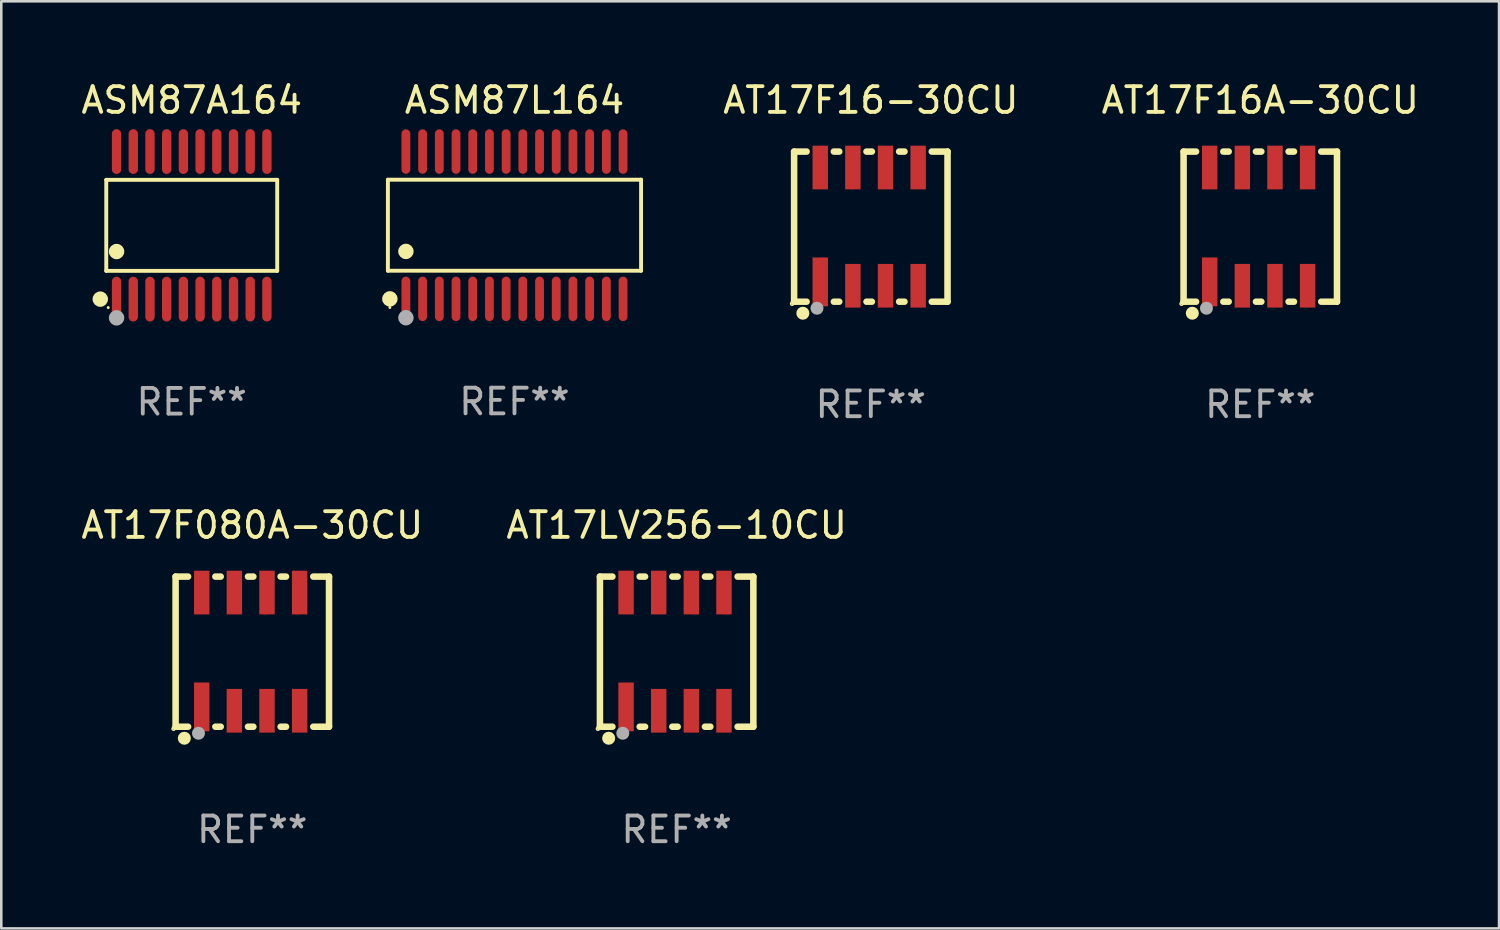
<source format=kicad_pcb>
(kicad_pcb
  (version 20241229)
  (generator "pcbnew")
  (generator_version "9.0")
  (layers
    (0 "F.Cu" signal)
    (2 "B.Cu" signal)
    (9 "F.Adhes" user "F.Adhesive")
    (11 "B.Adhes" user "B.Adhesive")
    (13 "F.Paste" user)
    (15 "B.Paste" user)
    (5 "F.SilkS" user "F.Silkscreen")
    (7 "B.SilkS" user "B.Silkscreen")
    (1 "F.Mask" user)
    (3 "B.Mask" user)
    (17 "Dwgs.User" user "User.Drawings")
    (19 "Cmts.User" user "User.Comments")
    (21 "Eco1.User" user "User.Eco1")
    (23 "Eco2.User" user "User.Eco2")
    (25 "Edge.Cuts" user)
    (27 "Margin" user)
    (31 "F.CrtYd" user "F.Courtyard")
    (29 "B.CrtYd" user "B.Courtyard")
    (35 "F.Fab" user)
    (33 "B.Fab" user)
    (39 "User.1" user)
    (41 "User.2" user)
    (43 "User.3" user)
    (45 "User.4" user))
  (footprint "AT17F16A-30CU"
    (layer "F.Cu")
    (at 45.991 5.769)
    (property "Reference" "AT17F16A-30CU" (at 0 -4.921 0) (layer "F.SilkS") (effects (font (size 1 1) (thickness 0.15))))
    (attr through_hole)
    (fp_line (start -2.985 -2.921) (end -2.985 2.921) (stroke (width 0.254) (type solid)) (layer "F.SilkS"))
    (fp_line (start -2.985 2.921) (end -2.499 2.921) (stroke (width 0.254) (type solid)) (layer "F.SilkS"))
    (fp_line (start -2.499 -2.921) (end -2.985 -2.921) (stroke (width 0.254) (type solid)) (layer "F.SilkS"))
    (fp_line (start -1.438 2.921) (end -1.229 2.921) (stroke (width 0.254) (type solid)) (layer "F.SilkS"))
    (fp_line (start -1.229 -2.921) (end -1.438 -2.921) (stroke (width 0.254) (type solid)) (layer "F.SilkS"))
    (fp_line (start -0.168 2.921) (end 0.041 2.921) (stroke (width 0.254) (type solid)) (layer "F.SilkS"))
    (fp_line (start 0.041 -2.921) (end -0.168 -2.921) (stroke (width 0.254) (type solid)) (layer "F.SilkS"))
    (fp_line (start 1.102 2.921) (end 1.311 2.921) (stroke (width 0.254) (type solid)) (layer "F.SilkS"))
    (fp_line (start 1.311 -2.921) (end 1.102 -2.921) (stroke (width 0.254) (type solid)) (layer "F.SilkS"))
    (fp_line (start 2.372 2.921) (end 2.985 2.921) (stroke (width 0.254) (type solid)) (layer "F.SilkS"))
    (fp_line (start 2.985 -2.921) (end 2.372 -2.921) (stroke (width 0.254) (type solid)) (layer "F.SilkS"))
    (fp_line (start 2.985 2.921) (end 2.985 -2.921) (stroke (width 0.254) (type solid)) (layer "F.SilkS"))
    (fp_circle (center -3.063 3) (end -3.034 3) (stroke (width 0.06) (type solid)) (fill no) (layer "F.SilkS"))
    (fp_circle (center -2.645 3.369) (end -2.518 3.369) (stroke (width 0.254) (type solid)) (fill no) (layer "F.SilkS"))
    (fp_circle (center -2.095 3.175) (end -1.968 3.175) (stroke (width 0.254) (type solid)) (fill no) (layer "F.Fab"))
    (fp_text user "REF**" (at 0 6.921 0) (layer "F.Fab") (effects (font (size 1 1) (thickness 0.15))))
    (pad "1" smd rect (at -1.968 2.15 90) (size 1.9 0.6) (layers "F.Cu" "F.Mask" "F.Paste"))
    (pad "2" smd rect (at -0.698 2.3 90) (size 1.7 0.6) (layers "F.Cu" "F.Mask" "F.Paste"))
    (pad "3" smd rect (at 0.572 2.3 90) (size 1.7 0.6) (layers "F.Cu" "F.Mask" "F.Paste"))
    (pad "4" smd rect (at 1.842 2.3 90) (size 1.7 0.6) (layers "F.Cu" "F.Mask" "F.Paste"))
    (pad "5" smd rect (at 1.842 -2.3 90) (size 1.7 0.6) (layers "F.Cu" "F.Mask" "F.Paste"))
    (pad "6" smd rect (at 0.572 -2.3 90) (size 1.7 0.6) (layers "F.Cu" "F.Mask" "F.Paste"))
    (pad "7" smd rect (at -0.698 -2.3 90) (size 1.7 0.6) (layers "F.Cu" "F.Mask" "F.Paste"))
    (pad "8" smd rect (at -1.968 -2.3 90) (size 1.7 0.6) (layers "F.Cu" "F.Mask" "F.Paste")))
  (footprint "AT17F16-30CU"
    (layer "F.Cu")
    (at 30.836 5.769)
    (property "Reference" "AT17F16-30CU" (at 0 -4.921 0) (layer "F.SilkS") (effects (font (size 1 1) (thickness 0.15))))
    (attr through_hole)
    (fp_line (start -2.985 -2.921) (end -2.985 2.921) (stroke (width 0.254) (type solid)) (layer "F.SilkS"))
    (fp_line (start -2.985 2.921) (end -2.499 2.921) (stroke (width 0.254) (type solid)) (layer "F.SilkS"))
    (fp_line (start -2.499 -2.921) (end -2.985 -2.921) (stroke (width 0.254) (type solid)) (layer "F.SilkS"))
    (fp_line (start -1.438 2.921) (end -1.229 2.921) (stroke (width 0.254) (type solid)) (layer "F.SilkS"))
    (fp_line (start -1.229 -2.921) (end -1.438 -2.921) (stroke (width 0.254) (type solid)) (layer "F.SilkS"))
    (fp_line (start -0.168 2.921) (end 0.041 2.921) (stroke (width 0.254) (type solid)) (layer "F.SilkS"))
    (fp_line (start 0.041 -2.921) (end -0.168 -2.921) (stroke (width 0.254) (type solid)) (layer "F.SilkS"))
    (fp_line (start 1.102 2.921) (end 1.311 2.921) (stroke (width 0.254) (type solid)) (layer "F.SilkS"))
    (fp_line (start 1.311 -2.921) (end 1.102 -2.921) (stroke (width 0.254) (type solid)) (layer "F.SilkS"))
    (fp_line (start 2.372 2.921) (end 2.985 2.921) (stroke (width 0.254) (type solid)) (layer "F.SilkS"))
    (fp_line (start 2.985 -2.921) (end 2.372 -2.921) (stroke (width 0.254) (type solid)) (layer "F.SilkS"))
    (fp_line (start 2.985 2.921) (end 2.985 -2.921) (stroke (width 0.254) (type solid)) (layer "F.SilkS"))
    (fp_circle (center -3.063 3) (end -3.034 3) (stroke (width 0.06) (type solid)) (fill no) (layer "F.SilkS"))
    (fp_circle (center -2.645 3.369) (end -2.518 3.369) (stroke (width 0.254) (type solid)) (fill no) (layer "F.SilkS"))
    (fp_circle (center -2.095 3.175) (end -1.968 3.175) (stroke (width 0.254) (type solid)) (fill no) (layer "F.Fab"))
    (fp_text user "REF**" (at 0 6.921 0) (layer "F.Fab") (effects (font (size 1 1) (thickness 0.15))))
    (pad "1" smd rect (at -1.968 2.15 90) (size 1.9 0.6) (layers "F.Cu" "F.Mask" "F.Paste"))
    (pad "2" smd rect (at -0.698 2.3 90) (size 1.7 0.6) (layers "F.Cu" "F.Mask" "F.Paste"))
    (pad "3" smd rect (at 0.572 2.3 90) (size 1.7 0.6) (layers "F.Cu" "F.Mask" "F.Paste"))
    (pad "4" smd rect (at 1.842 2.3 90) (size 1.7 0.6) (layers "F.Cu" "F.Mask" "F.Paste"))
    (pad "5" smd rect (at 1.842 -2.3 90) (size 1.7 0.6) (layers "F.Cu" "F.Mask" "F.Paste"))
    (pad "6" smd rect (at 0.572 -2.3 90) (size 1.7 0.6) (layers "F.Cu" "F.Mask" "F.Paste"))
    (pad "7" smd rect (at -0.698 -2.3 90) (size 1.7 0.6) (layers "F.Cu" "F.Mask" "F.Paste"))
    (pad "8" smd rect (at -1.968 -2.3 90) (size 1.7 0.6) (layers "F.Cu" "F.Mask" "F.Paste")))
  (footprint "ASM87L164"
    (layer "F.Cu")
    (at 16.97 5.714)
    (property "Reference" "ASM87L164" (at 0 -4.866 0) (layer "F.SilkS") (effects (font (size 1 1) (thickness 0.15))))
    (attr through_hole)
    (fp_line (start -4.926 -1.772) (end 4.926 -1.772) (stroke (width 0.152) (type solid)) (layer "F.SilkS"))
    (fp_line (start -4.926 1.771) (end -4.926 -1.772) (stroke (width 0.152) (type solid)) (layer "F.SilkS"))
    (fp_line (start 4.926 -1.772) (end 4.926 1.771) (stroke (width 0.152) (type solid)) (layer "F.SilkS"))
    (fp_line (start 4.926 1.771) (end -4.926 1.771) (stroke (width 0.152) (type solid)) (layer "F.SilkS"))
    (fp_circle (center -4.85 3.2) (end -4.82 3.2) (stroke (width 0.06) (type solid)) (fill no) (layer "F.SilkS"))
    (fp_circle (center -4.849 2.866) (end -4.699 2.866) (stroke (width 0.3) (type solid)) (fill no) (layer "F.SilkS"))
    (fp_circle (center -4.225 1.019) (end -4.075 1.019) (stroke (width 0.3) (type solid)) (fill no) (layer "F.SilkS"))
    (fp_circle (center -4.225 3.6) (end -4.075 3.6) (stroke (width 0.3) (type solid)) (fill no) (layer "F.Fab"))
    (fp_text user "REF**" (at 0 6.866 0) (layer "F.Fab") (effects (font (size 1 1) (thickness 0.15))))
    (pad "1" smd oval (at -4.225 2.866) (size 0.343 1.731) (layers "F.Cu" "F.Mask" "F.Paste"))
    (pad "2" smd oval (at -3.575 2.866) (size 0.343 1.731) (layers "F.Cu" "F.Mask" "F.Paste"))
    (pad "3" smd oval (at -2.925 2.866) (size 0.343 1.731) (layers "F.Cu" "F.Mask" "F.Paste"))
    (pad "4" smd oval (at -2.275 2.866) (size 0.343 1.731) (layers "F.Cu" "F.Mask" "F.Paste"))
    (pad "5" smd oval (at -1.625 2.866) (size 0.343 1.731) (layers "F.Cu" "F.Mask" "F.Paste"))
    (pad "6" smd oval (at -0.975 2.866) (size 0.343 1.731) (layers "F.Cu" "F.Mask" "F.Paste"))
    (pad "7" smd oval (at -0.325 2.866) (size 0.343 1.731) (layers "F.Cu" "F.Mask" "F.Paste"))
    (pad "8" smd oval (at 0.325 2.866) (size 0.343 1.731) (layers "F.Cu" "F.Mask" "F.Paste"))
    (pad "9" smd oval (at 0.975 2.866) (size 0.343 1.731) (layers "F.Cu" "F.Mask" "F.Paste"))
    (pad "10" smd oval (at 1.625 2.866) (size 0.343 1.731) (layers "F.Cu" "F.Mask" "F.Paste"))
    (pad "11" smd oval (at 2.275 2.866) (size 0.343 1.731) (layers "F.Cu" "F.Mask" "F.Paste"))
    (pad "12" smd oval (at 2.925 2.866) (size 0.343 1.731) (layers "F.Cu" "F.Mask" "F.Paste"))
    (pad "13" smd oval (at 3.575 2.866) (size 0.343 1.731) (layers "F.Cu" "F.Mask" "F.Paste"))
    (pad "14" smd oval (at 4.225 2.866) (size 0.343 1.731) (layers "F.Cu" "F.Mask" "F.Paste"))
    (pad "15" smd oval (at 4.225 -2.866) (size 0.343 1.731) (layers "F.Cu" "F.Mask" "F.Paste"))
    (pad "16" smd oval (at 3.575 -2.866) (size 0.343 1.731) (layers "F.Cu" "F.Mask" "F.Paste"))
    (pad "17" smd oval (at 2.925 -2.866) (size 0.343 1.731) (layers "F.Cu" "F.Mask" "F.Paste"))
    (pad "18" smd oval (at 2.275 -2.866) (size 0.343 1.731) (layers "F.Cu" "F.Mask" "F.Paste"))
    (pad "19" smd oval (at 1.625 -2.866) (size 0.343 1.731) (layers "F.Cu" "F.Mask" "F.Paste"))
    (pad "20" smd oval (at 0.975 -2.866) (size 0.343 1.731) (layers "F.Cu" "F.Mask" "F.Paste"))
    (pad "21" smd oval (at 0.325 -2.866) (size 0.343 1.731) (layers "F.Cu" "F.Mask" "F.Paste"))
    (pad "22" smd oval (at -0.325 -2.866) (size 0.343 1.731) (layers "F.Cu" "F.Mask" "F.Paste"))
    (pad "23" smd oval (at -0.975 -2.866) (size 0.343 1.731) (layers "F.Cu" "F.Mask" "F.Paste"))
    (pad "24" smd oval (at -1.625 -2.866) (size 0.343 1.731) (layers "F.Cu" "F.Mask" "F.Paste"))
    (pad "25" smd oval (at -2.275 -2.866) (size 0.343 1.731) (layers "F.Cu" "F.Mask" "F.Paste"))
    (pad "26" smd oval (at -2.925 -2.866) (size 0.343 1.731) (layers "F.Cu" "F.Mask" "F.Paste"))
    (pad "27" smd oval (at -3.575 -2.866) (size 0.343 1.731) (layers "F.Cu" "F.Mask" "F.Paste"))
    (pad "28" smd oval (at -4.225 -2.866) (size 0.343 1.731) (layers "F.Cu" "F.Mask" "F.Paste")))
  (footprint "AT17F080A-30CU"
    (layer "F.Cu")
    (at 6.768 22.308)
    (property "Reference" "AT17F080A-30CU" (at 0 -4.921 0) (layer "F.SilkS") (effects (font (size 1 1) (thickness 0.15))))
    (attr through_hole)
    (fp_line (start -2.985 -2.921) (end -2.985 2.921) (stroke (width 0.254) (type solid)) (layer "F.SilkS"))
    (fp_line (start -2.985 2.921) (end -2.499 2.921) (stroke (width 0.254) (type solid)) (layer "F.SilkS"))
    (fp_line (start -2.499 -2.921) (end -2.985 -2.921) (stroke (width 0.254) (type solid)) (layer "F.SilkS"))
    (fp_line (start -1.438 2.921) (end -1.229 2.921) (stroke (width 0.254) (type solid)) (layer "F.SilkS"))
    (fp_line (start -1.229 -2.921) (end -1.438 -2.921) (stroke (width 0.254) (type solid)) (layer "F.SilkS"))
    (fp_line (start -0.168 2.921) (end 0.041 2.921) (stroke (width 0.254) (type solid)) (layer "F.SilkS"))
    (fp_line (start 0.041 -2.921) (end -0.168 -2.921) (stroke (width 0.254) (type solid)) (layer "F.SilkS"))
    (fp_line (start 1.102 2.921) (end 1.311 2.921) (stroke (width 0.254) (type solid)) (layer "F.SilkS"))
    (fp_line (start 1.311 -2.921) (end 1.102 -2.921) (stroke (width 0.254) (type solid)) (layer "F.SilkS"))
    (fp_line (start 2.372 2.921) (end 2.985 2.921) (stroke (width 0.254) (type solid)) (layer "F.SilkS"))
    (fp_line (start 2.985 -2.921) (end 2.372 -2.921) (stroke (width 0.254) (type solid)) (layer "F.SilkS"))
    (fp_line (start 2.985 2.921) (end 2.985 -2.921) (stroke (width 0.254) (type solid)) (layer "F.SilkS"))
    (fp_circle (center -3.063 3) (end -3.034 3) (stroke (width 0.06) (type solid)) (fill no) (layer "F.SilkS"))
    (fp_circle (center -2.645 3.369) (end -2.518 3.369) (stroke (width 0.254) (type solid)) (fill no) (layer "F.SilkS"))
    (fp_circle (center -2.095 3.175) (end -1.968 3.175) (stroke (width 0.254) (type solid)) (fill no) (layer "F.Fab"))
    (fp_text user "REF**" (at 0 6.921 0) (layer "F.Fab") (effects (font (size 1 1) (thickness 0.15))))
    (pad "1" smd rect (at -1.968 2.15 90) (size 1.9 0.6) (layers "F.Cu" "F.Mask" "F.Paste"))
    (pad "2" smd rect (at -0.698 2.3 90) (size 1.7 0.6) (layers "F.Cu" "F.Mask" "F.Paste"))
    (pad "3" smd rect (at 0.572 2.3 90) (size 1.7 0.6) (layers "F.Cu" "F.Mask" "F.Paste"))
    (pad "4" smd rect (at 1.842 2.3 90) (size 1.7 0.6) (layers "F.Cu" "F.Mask" "F.Paste"))
    (pad "5" smd rect (at 1.842 -2.3 90) (size 1.7 0.6) (layers "F.Cu" "F.Mask" "F.Paste"))
    (pad "6" smd rect (at 0.572 -2.3 90) (size 1.7 0.6) (layers "F.Cu" "F.Mask" "F.Paste"))
    (pad "7" smd rect (at -0.698 -2.3 90) (size 1.7 0.6) (layers "F.Cu" "F.Mask" "F.Paste"))
    (pad "8" smd rect (at -1.968 -2.3 90) (size 1.7 0.6) (layers "F.Cu" "F.Mask" "F.Paste")))
  (footprint "AT17LV256-10CU"
    (layer "F.Cu")
    (at 23.28 22.308)
    (property "Reference" "AT17LV256-10CU" (at 0 -4.921 0) (layer "F.SilkS") (effects (font (size 1 1) (thickness 0.15))))
    (attr through_hole)
    (fp_line (start -2.985 -2.921) (end -2.985 2.921) (stroke (width 0.254) (type solid)) (layer "F.SilkS"))
    (fp_line (start -2.985 2.921) (end -2.499 2.921) (stroke (width 0.254) (type solid)) (layer "F.SilkS"))
    (fp_line (start -2.499 -2.921) (end -2.985 -2.921) (stroke (width 0.254) (type solid)) (layer "F.SilkS"))
    (fp_line (start -1.438 2.921) (end -1.229 2.921) (stroke (width 0.254) (type solid)) (layer "F.SilkS"))
    (fp_line (start -1.229 -2.921) (end -1.438 -2.921) (stroke (width 0.254) (type solid)) (layer "F.SilkS"))
    (fp_line (start -0.168 2.921) (end 0.041 2.921) (stroke (width 0.254) (type solid)) (layer "F.SilkS"))
    (fp_line (start 0.041 -2.921) (end -0.168 -2.921) (stroke (width 0.254) (type solid)) (layer "F.SilkS"))
    (fp_line (start 1.102 2.921) (end 1.311 2.921) (stroke (width 0.254) (type solid)) (layer "F.SilkS"))
    (fp_line (start 1.311 -2.921) (end 1.102 -2.921) (stroke (width 0.254) (type solid)) (layer "F.SilkS"))
    (fp_line (start 2.372 2.921) (end 2.985 2.921) (stroke (width 0.254) (type solid)) (layer "F.SilkS"))
    (fp_line (start 2.985 -2.921) (end 2.372 -2.921) (stroke (width 0.254) (type solid)) (layer "F.SilkS"))
    (fp_line (start 2.985 2.921) (end 2.985 -2.921) (stroke (width 0.254) (type solid)) (layer "F.SilkS"))
    (fp_circle (center -3.063 3) (end -3.034 3) (stroke (width 0.06) (type solid)) (fill no) (layer "F.SilkS"))
    (fp_circle (center -2.645 3.369) (end -2.518 3.369) (stroke (width 0.254) (type solid)) (fill no) (layer "F.SilkS"))
    (fp_circle (center -2.095 3.175) (end -1.968 3.175) (stroke (width 0.254) (type solid)) (fill no) (layer "F.Fab"))
    (fp_text user "REF**" (at 0 6.921 0) (layer "F.Fab") (effects (font (size 1 1) (thickness 0.15))))
    (pad "1" smd rect (at -1.968 2.15 90) (size 1.9 0.6) (layers "F.Cu" "F.Mask" "F.Paste"))
    (pad "2" smd rect (at -0.698 2.3 90) (size 1.7 0.6) (layers "F.Cu" "F.Mask" "F.Paste"))
    (pad "3" smd rect (at 0.572 2.3 90) (size 1.7 0.6) (layers "F.Cu" "F.Mask" "F.Paste"))
    (pad "4" smd rect (at 1.842 2.3 90) (size 1.7 0.6) (layers "F.Cu" "F.Mask" "F.Paste"))
    (pad "5" smd rect (at 1.842 -2.3 90) (size 1.7 0.6) (layers "F.Cu" "F.Mask" "F.Paste"))
    (pad "6" smd rect (at 0.572 -2.3 90) (size 1.7 0.6) (layers "F.Cu" "F.Mask" "F.Paste"))
    (pad "7" smd rect (at -0.698 -2.3 90) (size 1.7 0.6) (layers "F.Cu" "F.Mask" "F.Paste"))
    (pad "8" smd rect (at -1.968 -2.3 90) (size 1.7 0.6) (layers "F.Cu" "F.Mask" "F.Paste")))
  (footprint "ASM87A164"
    (layer "F.Cu")
    (at 4.411 5.719)
    (property "Reference" "ASM87A164" (at 0 -4.871 0) (layer "F.SilkS") (effects (font (size 1 1) (thickness 0.15))))
    (attr through_hole)
    (fp_line (start -3.326 -1.771) (end 3.326 -1.771) (stroke (width 0.152) (type solid)) (layer "F.SilkS"))
    (fp_line (start -3.326 1.771) (end -3.326 -1.771) (stroke (width 0.152) (type solid)) (layer "F.SilkS"))
    (fp_line (start 3.326 -1.771) (end 3.326 1.771) (stroke (width 0.152) (type solid)) (layer "F.SilkS"))
    (fp_line (start 3.326 1.771) (end -3.326 1.771) (stroke (width 0.152) (type solid)) (layer "F.SilkS"))
    (fp_circle (center -3.559 2.871) (end -3.409 2.871) (stroke (width 0.3) (type solid)) (fill no) (layer "F.SilkS"))
    (fp_circle (center -3.25 3.2) (end -3.22 3.2) (stroke (width 0.06) (type solid)) (fill no) (layer "F.SilkS"))
    (fp_circle (center -2.925 1.019) (end -2.775 1.019) (stroke (width 0.3) (type solid)) (fill no) (layer "F.SilkS"))
    (fp_circle (center -2.925 3.6) (end -2.775 3.6) (stroke (width 0.3) (type solid)) (fill no) (layer "F.Fab"))
    (fp_text user "REF**" (at 0 6.871 0) (layer "F.Fab") (effects (font (size 1 1) (thickness 0.15))))
    (pad "1" smd oval (at -2.925 2.871) (size 0.364 1.742) (layers "F.Cu" "F.Mask" "F.Paste"))
    (pad "2" smd oval (at -2.275 2.871) (size 0.364 1.742) (layers "F.Cu" "F.Mask" "F.Paste"))
    (pad "3" smd oval (at -1.625 2.871) (size 0.364 1.742) (layers "F.Cu" "F.Mask" "F.Paste"))
    (pad "4" smd oval (at -0.975 2.871) (size 0.364 1.742) (layers "F.Cu" "F.Mask" "F.Paste"))
    (pad "5" smd oval (at -0.325 2.871) (size 0.364 1.742) (layers "F.Cu" "F.Mask" "F.Paste"))
    (pad "6" smd oval (at 0.325 2.871) (size 0.364 1.742) (layers "F.Cu" "F.Mask" "F.Paste"))
    (pad "7" smd oval (at 0.975 2.871) (size 0.364 1.742) (layers "F.Cu" "F.Mask" "F.Paste"))
    (pad "8" smd oval (at 1.625 2.871) (size 0.364 1.742) (layers "F.Cu" "F.Mask" "F.Paste"))
    (pad "9" smd oval (at 2.275 2.871) (size 0.364 1.742) (layers "F.Cu" "F.Mask" "F.Paste"))
    (pad "10" smd oval (at 2.925 2.871) (size 0.364 1.742) (layers "F.Cu" "F.Mask" "F.Paste"))
    (pad "11" smd oval (at 2.925 -2.871) (size 0.364 1.742) (layers "F.Cu" "F.Mask" "F.Paste"))
    (pad "12" smd oval (at 2.275 -2.871) (size 0.364 1.742) (layers "F.Cu" "F.Mask" "F.Paste"))
    (pad "13" smd oval (at 1.625 -2.871) (size 0.364 1.742) (layers "F.Cu" "F.Mask" "F.Paste"))
    (pad "14" smd oval (at 0.975 -2.871) (size 0.364 1.742) (layers "F.Cu" "F.Mask" "F.Paste"))
    (pad "15" smd oval (at 0.325 -2.871) (size 0.364 1.742) (layers "F.Cu" "F.Mask" "F.Paste"))
    (pad "16" smd oval (at -0.325 -2.871) (size 0.364 1.742) (layers "F.Cu" "F.Mask" "F.Paste"))
    (pad "17" smd oval (at -0.975 -2.871) (size 0.364 1.742) (layers "F.Cu" "F.Mask" "F.Paste"))
    (pad "18" smd oval (at -1.625 -2.871) (size 0.364 1.742) (layers "F.Cu" "F.Mask" "F.Paste"))
    (pad "19" smd oval (at -2.275 -2.871) (size 0.364 1.742) (layers "F.Cu" "F.Mask" "F.Paste"))
    (pad "20" smd oval (at -2.925 -2.871) (size 0.364 1.742) (layers "F.Cu" "F.Mask" "F.Paste")))
  (gr_rect
    (start -3 -3)
    (end 55.282 33.077)
    (stroke (width 0.1) (type default))
    (fill no)
    (layer "Edge.Cuts")))
</source>
